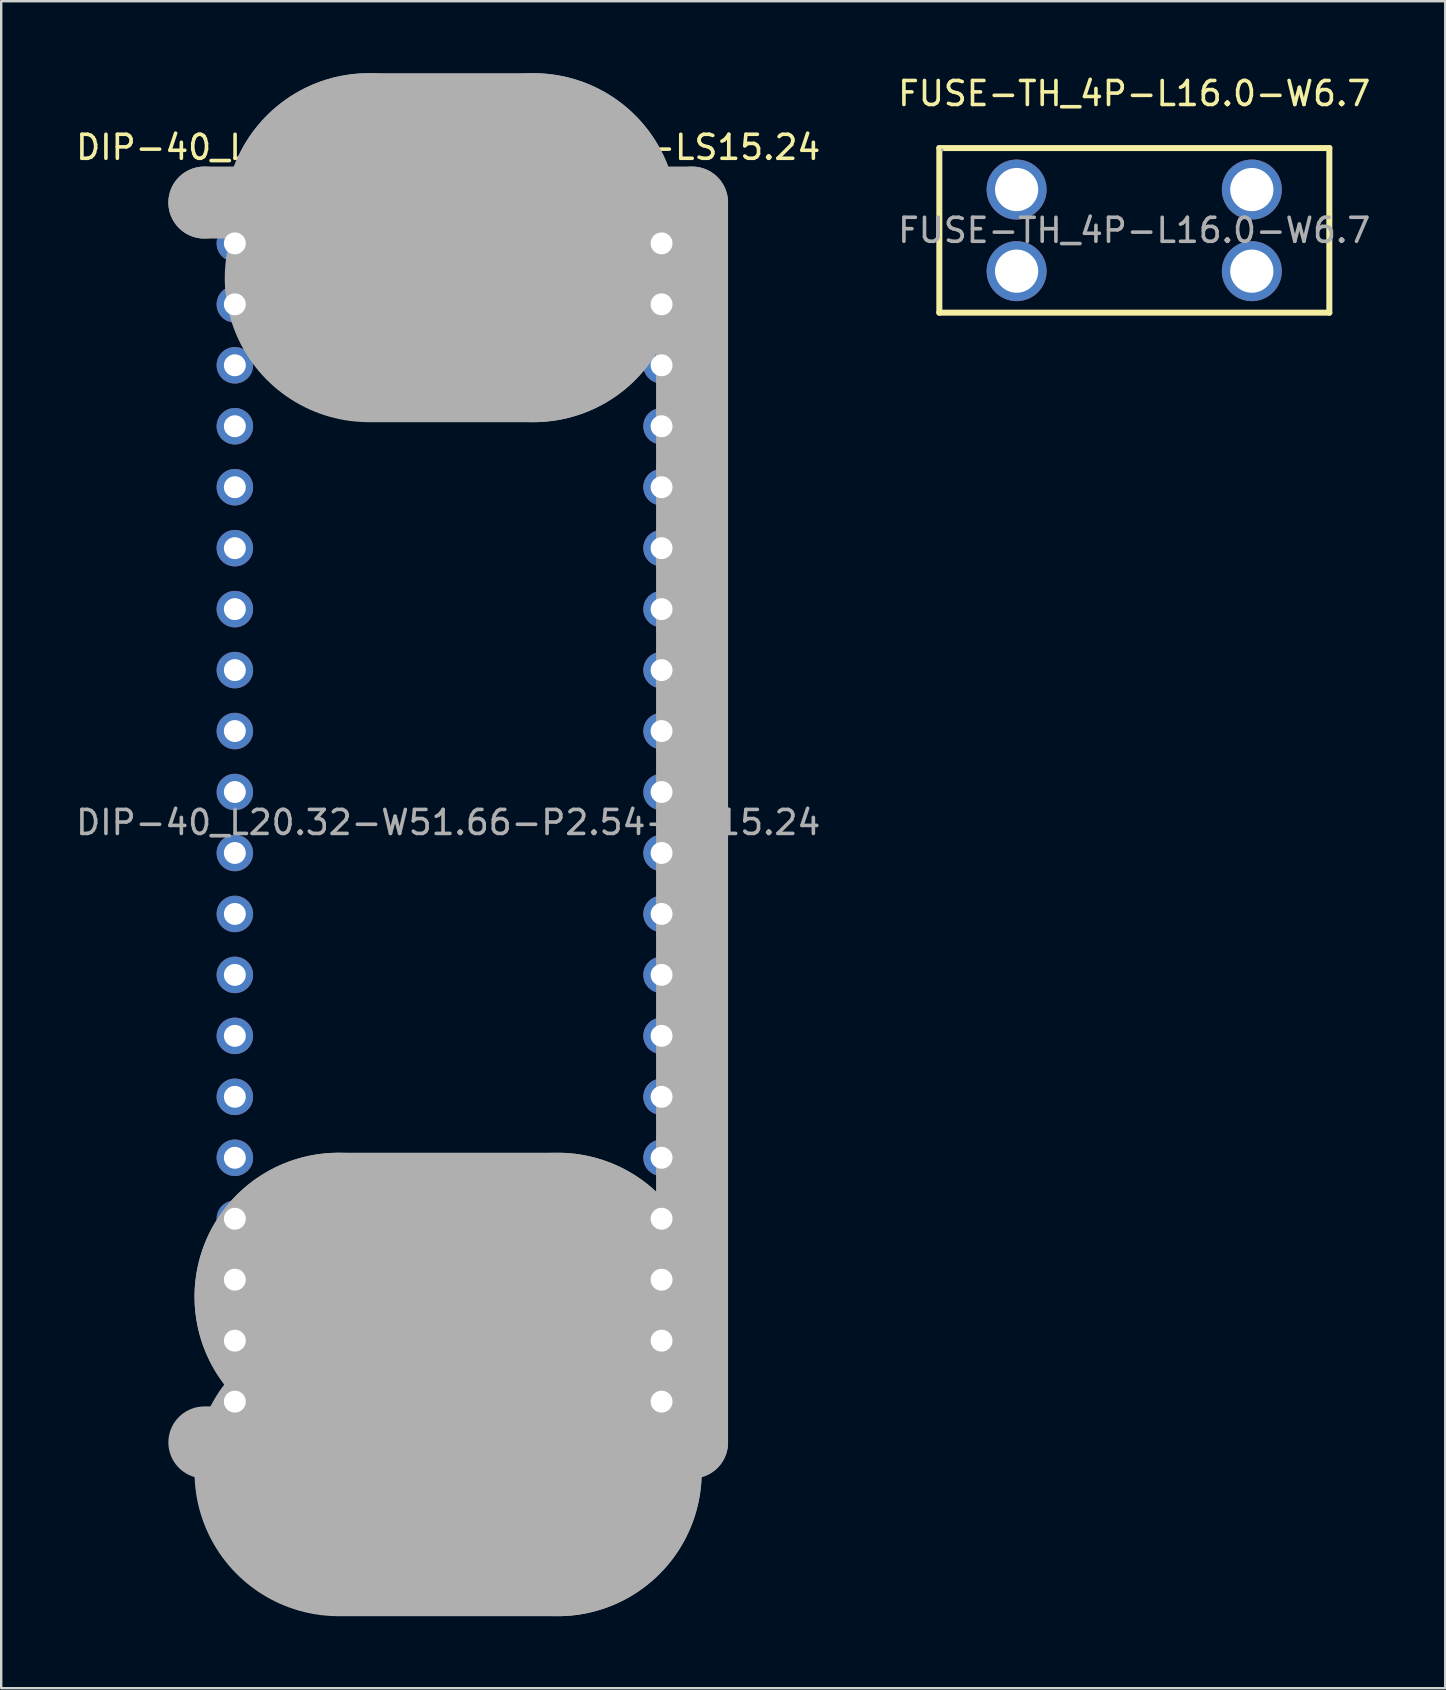
<source format=kicad_pcb>
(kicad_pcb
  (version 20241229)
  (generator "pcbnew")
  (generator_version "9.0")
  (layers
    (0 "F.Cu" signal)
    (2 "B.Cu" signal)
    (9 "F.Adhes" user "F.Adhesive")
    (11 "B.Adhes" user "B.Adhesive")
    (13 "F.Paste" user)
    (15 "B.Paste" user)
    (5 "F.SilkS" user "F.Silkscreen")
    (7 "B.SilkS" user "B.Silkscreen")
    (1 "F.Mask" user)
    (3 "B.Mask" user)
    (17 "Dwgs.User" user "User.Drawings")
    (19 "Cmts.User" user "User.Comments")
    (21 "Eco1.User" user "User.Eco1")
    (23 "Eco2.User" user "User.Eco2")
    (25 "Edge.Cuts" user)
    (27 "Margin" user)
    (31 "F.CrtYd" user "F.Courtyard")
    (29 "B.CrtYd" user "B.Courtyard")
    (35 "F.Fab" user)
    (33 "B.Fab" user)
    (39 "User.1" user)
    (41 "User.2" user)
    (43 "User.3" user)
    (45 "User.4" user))
  (footprint "FUSE-TH_4P-L16.0-W6.7"
    (layer "F.Cu")
    (at 44.208 6.548)
    (property "Reference" "FUSE-TH_4P-L16.0-W6.7" (at 0 -5.7 0) (layer "F.SilkS") (effects (font (size 1 1) (thickness 0.15))))
    (attr through_hole)
    (fp_line (start -8.12 -3.43) (end -8.12 3.43) (stroke (width 0.25) (type solid)) (layer "F.SilkS"))
    (fp_line (start -8.12 3.43) (end 8.13 3.43) (stroke (width 0.25) (type solid)) (layer "F.SilkS"))
    (fp_line (start 8.13 -3.43) (end -8.12 -3.43) (stroke (width 0.25) (type solid)) (layer "F.SilkS"))
    (fp_line (start 8.13 3.43) (end 8.13 -3.43) (stroke (width 0.25) (type solid)) (layer "F.SilkS"))
    (fp_circle (center -8 -3.35) (end -7.97 -3.35) (stroke (width 0.06) (type solid)) (fill no) (layer "F.Fab"))
    (fp_text user "${REFERENCE}" (at 0 0 0) (layer "F.Fab") (effects (font (size 1 1) (thickness 0.15))))
    (pad "1" thru_hole circle (at -4.9 -1.7) (size 2.5 2.5) (drill 1.8) (layers "*.Cu" "*.Mask"))
    (pad "1" thru_hole circle (at -4.9 1.7) (size 2.5 2.5) (drill 1.8) (layers "*.Cu" "*.Mask"))
    (pad "2" thru_hole circle (at 4.9 -1.7) (size 2.5 2.5) (drill 1.8) (layers "*.Cu" "*.Mask"))
    (pad "2" thru_hole circle (at 4.9 1.7) (size 2.5 2.5) (drill 1.8) (layers "*.Cu" "*.Mask")))
  (footprint "DIP-40_L20.32-W51.66-P2.54-LS15.24"
    (layer "F.Cu")
    (at 15.625 31.22)
    (property "Reference" "DIP-40_L20.32-W51.66-P2.54-LS15.24" (at 0 -28.13 0) (layer "F.SilkS") (effects (font (size 1 1) (thickness 0.15))))
    (attr smd)
    (fp_line (start -10.16 -25.83) (end -10.16 -25.83) (stroke (width 3) (type solid)) (layer "F.Fab"))
    (fp_line (start -10.16 -25.83) (end 10.16 -25.83) (stroke (width 3) (type solid)) (layer "F.Fab"))
    (fp_line (start -4.57 19.76) (end -4.57 19.76) (stroke (width 12) (type solid)) (layer "F.Fab"))
    (fp_line (start -4.57 19.76) (end 4.56 19.76) (stroke (width 12) (type solid)) (layer "F.Fab"))
    (fp_line (start -3.31 -25.22) (end -3.31 -25.22) (stroke (width 12) (type solid)) (layer "F.Fab"))
    (fp_line (start -3.31 -25.22) (end 3.55 -25.22) (stroke (width 12) (type solid)) (layer "F.Fab"))
    (fp_line (start 3.55 -25.22) (end 3.55 -22.68) (stroke (width 12) (type solid)) (layer "F.Fab"))
    (fp_line (start 3.55 -22.68) (end -3.31 -22.68) (stroke (width 12) (type solid)) (layer "F.Fab"))
    (fp_line (start 4.56 19.76) (end 4.56 27.07) (stroke (width 12) (type solid)) (layer "F.Fab"))
    (fp_line (start 4.56 27.07) (end -4.57 27.07) (stroke (width 12) (type solid)) (layer "F.Fab"))
    (fp_line (start 10.16 -25.83) (end 10.16 25.83) (stroke (width 3) (type solid)) (layer "F.Fab"))
    (fp_line (start 10.16 25.83) (end -10.16 25.83) (stroke (width 3) (type solid)) (layer "F.Fab"))
    (fp_circle (center -10.16 -25.83) (end -10.13 -25.83) (stroke (width 0.06) (type solid)) (fill no) (layer "F.Fab"))
    (fp_text user "${REFERENCE}" (at 0 0 0) (layer "F.Fab") (effects (font (size 1 1) (thickness 0.15))))
    (pad "1" thru_hole circle (at -8.89 -24.13 90) (size 1.52 1.52) (drill 0.914) (layers "*.Cu" "*.Mask"))
    (pad "2" thru_hole circle (at -8.89 -21.59 90) (size 1.52 1.52) (drill 0.914) (layers "*.Cu" "*.Mask"))
    (pad "3" thru_hole circle (at -8.89 -19.05 90) (size 1.52 1.52) (drill 0.914) (layers "*.Cu" "*.Mask"))
    (pad "4" thru_hole circle (at -8.89 -16.51 90) (size 1.52 1.52) (drill 0.914) (layers "*.Cu" "*.Mask"))
    (pad "5" thru_hole circle (at -8.89 -13.97 90) (size 1.52 1.52) (drill 0.914) (layers "*.Cu" "*.Mask"))
    (pad "6" thru_hole circle (at -8.89 -11.43 90) (size 1.52 1.52) (drill 0.914) (layers "*.Cu" "*.Mask"))
    (pad "7" thru_hole circle (at -8.89 -8.89 90) (size 1.52 1.52) (drill 0.914) (layers "*.Cu" "*.Mask"))
    (pad "8" thru_hole circle (at -8.89 -6.35 90) (size 1.52 1.52) (drill 0.914) (layers "*.Cu" "*.Mask"))
    (pad "9" thru_hole circle (at -8.89 -3.81 90) (size 1.52 1.52) (drill 0.914) (layers "*.Cu" "*.Mask"))
    (pad "10" thru_hole circle (at -8.89 -1.27 90) (size 1.52 1.52) (drill 0.914) (layers "*.Cu" "*.Mask"))
    (pad "11" thru_hole circle (at -8.89 1.27 90) (size 1.52 1.52) (drill 0.914) (layers "*.Cu" "*.Mask"))
    (pad "12" thru_hole circle (at -8.89 3.81 90) (size 1.52 1.52) (drill 0.914) (layers "*.Cu" "*.Mask"))
    (pad "13" thru_hole circle (at -8.89 6.35 90) (size 1.52 1.52) (drill 0.914) (layers "*.Cu" "*.Mask"))
    (pad "14" thru_hole circle (at -8.89 8.89 90) (size 1.52 1.52) (drill 0.914) (layers "*.Cu" "*.Mask"))
    (pad "15" thru_hole circle (at -8.89 11.43 90) (size 1.52 1.52) (drill 0.914) (layers "*.Cu" "*.Mask"))
    (pad "16" thru_hole circle (at -8.89 13.97 90) (size 1.52 1.52) (drill 0.914) (layers "*.Cu" "*.Mask"))
    (pad "17" thru_hole circle (at -8.89 16.51 90) (size 1.52 1.52) (drill 0.914) (layers "*.Cu" "*.Mask"))
    (pad "18" thru_hole circle (at -8.89 19.05 90) (size 1.52 1.52) (drill 0.914) (layers "*.Cu" "*.Mask"))
    (pad "19" thru_hole circle (at -8.89 21.59 90) (size 1.52 1.52) (drill 0.914) (layers "*.Cu" "*.Mask"))
    (pad "20" thru_hole circle (at -8.89 24.13 90) (size 1.52 1.52) (drill 0.914) (layers "*.Cu" "*.Mask"))
    (pad "21" thru_hole circle (at 8.89 24.13 90) (size 1.52 1.52) (drill 0.914) (layers "*.Cu" "*.Mask"))
    (pad "22" thru_hole circle (at 8.89 21.59 90) (size 1.52 1.52) (drill 0.914) (layers "*.Cu" "*.Mask"))
    (pad "23" thru_hole circle (at 8.89 19.05 90) (size 1.52 1.52) (drill 0.914) (layers "*.Cu" "*.Mask"))
    (pad "24" thru_hole circle (at 8.89 16.51 90) (size 1.52 1.52) (drill 0.914) (layers "*.Cu" "*.Mask"))
    (pad "25" thru_hole circle (at 8.89 13.97 90) (size 1.52 1.52) (drill 0.914) (layers "*.Cu" "*.Mask"))
    (pad "26" thru_hole circle (at 8.89 11.43 90) (size 1.52 1.52) (drill 0.914) (layers "*.Cu" "*.Mask"))
    (pad "27" thru_hole circle (at 8.89 8.89 90) (size 1.52 1.52) (drill 0.914) (layers "*.Cu" "*.Mask"))
    (pad "28" thru_hole circle (at 8.89 6.35 90) (size 1.52 1.52) (drill 0.914) (layers "*.Cu" "*.Mask"))
    (pad "29" thru_hole circle (at 8.89 3.81 90) (size 1.52 1.52) (drill 0.914) (layers "*.Cu" "*.Mask"))
    (pad "30" thru_hole circle (at 8.89 1.27 90) (size 1.52 1.52) (drill 0.914) (layers "*.Cu" "*.Mask"))
    (pad "31" thru_hole circle (at 8.89 -1.27 90) (size 1.52 1.52) (drill 0.914) (layers "*.Cu" "*.Mask"))
    (pad "32" thru_hole circle (at 8.89 -3.81 90) (size 1.52 1.52) (drill 0.914) (layers "*.Cu" "*.Mask"))
    (pad "33" thru_hole circle (at 8.89 -6.35 90) (size 1.52 1.52) (drill 0.914) (layers "*.Cu" "*.Mask"))
    (pad "34" thru_hole circle (at 8.89 -8.89 90) (size 1.52 1.52) (drill 0.914) (layers "*.Cu" "*.Mask"))
    (pad "35" thru_hole circle (at 8.89 -11.43 90) (size 1.52 1.52) (drill 0.914) (layers "*.Cu" "*.Mask"))
    (pad "36" thru_hole circle (at 8.89 -13.97 90) (size 1.52 1.52) (drill 0.914) (layers "*.Cu" "*.Mask"))
    (pad "37" thru_hole circle (at 8.89 -16.51 90) (size 1.52 1.52) (drill 0.914) (layers "*.Cu" "*.Mask"))
    (pad "38" thru_hole circle (at 8.89 -19.05 90) (size 1.52 1.52) (drill 0.914) (layers "*.Cu" "*.Mask"))
    (pad "39" thru_hole circle (at 8.89 -21.59 90) (size 1.52 1.52) (drill 0.914) (layers "*.Cu" "*.Mask"))
    (pad "40" thru_hole circle (at 8.89 -24.13 90) (size 1.52 1.52) (drill 0.914) (layers "*.Cu" "*.Mask")))
  (gr_rect
    (start -3 -3)
    (end 57.167 67.29)
    (stroke (width 0.1) (type default))
    (fill no)
    (layer "Edge.Cuts")))
</source>
